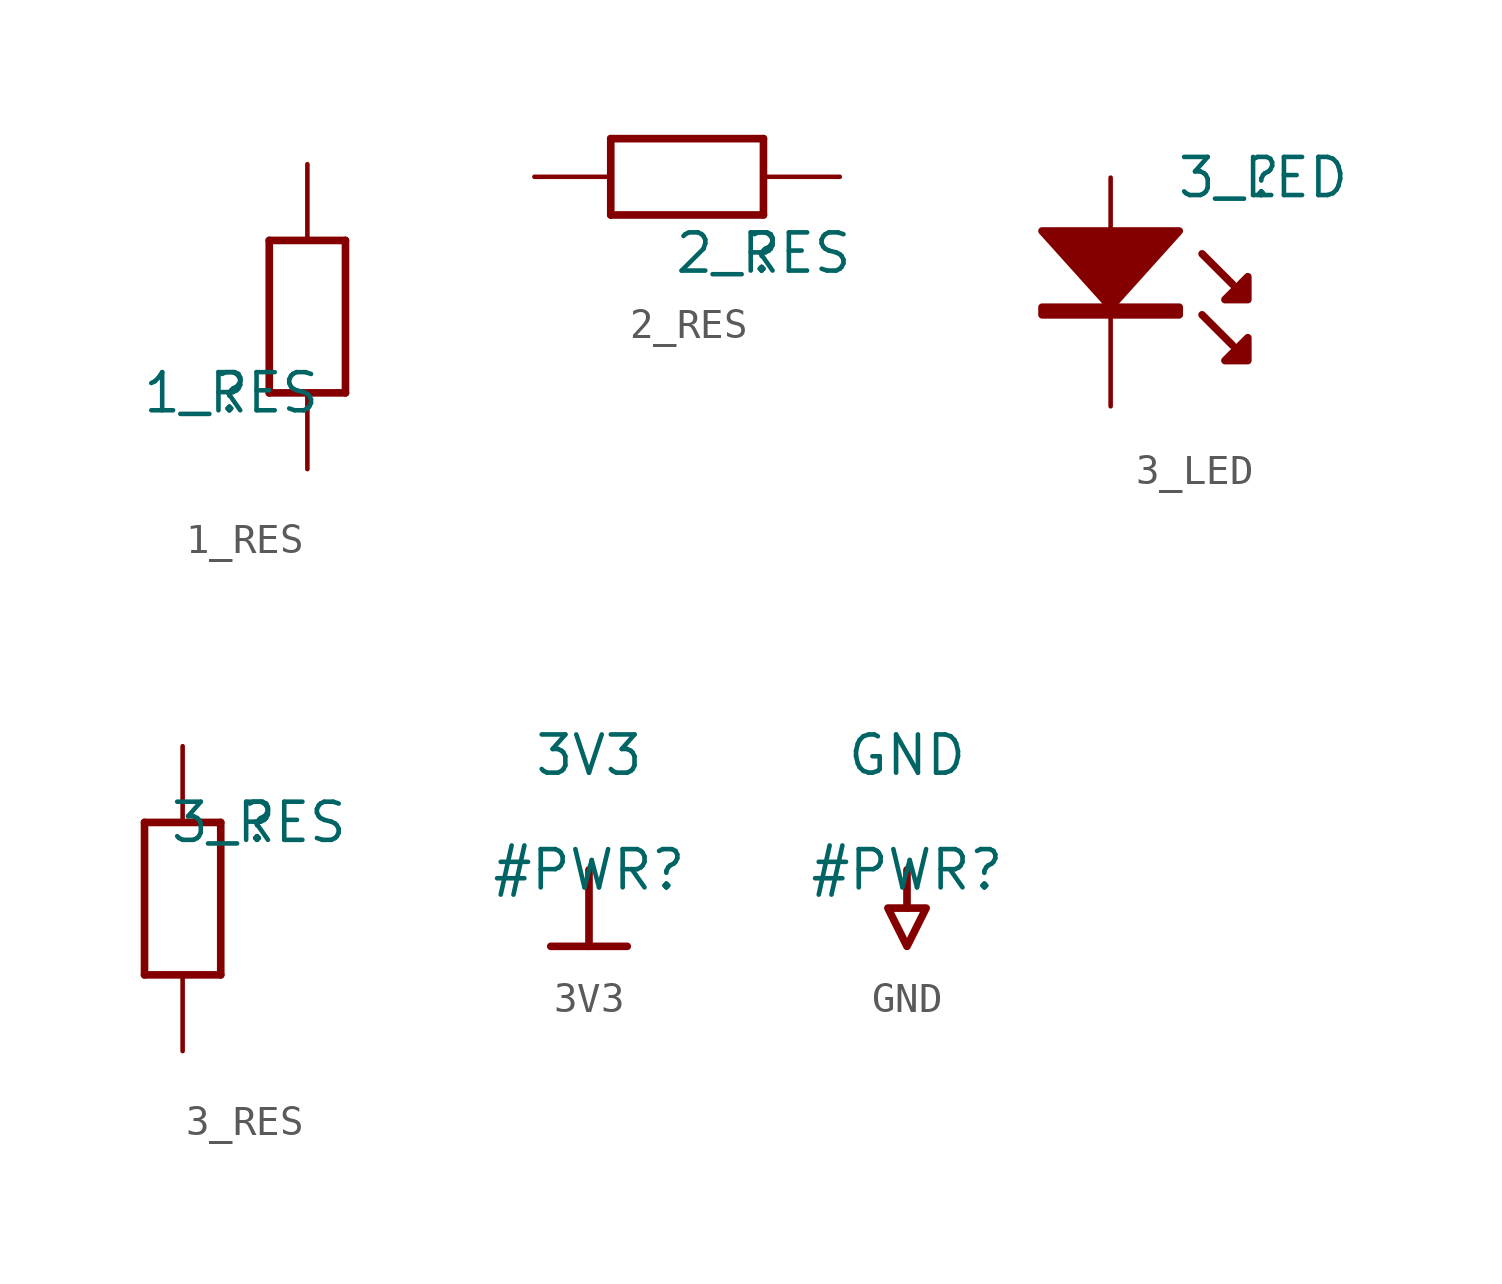
<source format=kicad_sym>
(kicad_symbol_lib
  (version 20211014)
  (generator kicad_symbol_editor)
  (symbol "1_RES"
    (property "Reference" ""
      (at 0 0 0)
      (effects (font (size 1.27 1.27))))
    (property "Value" "1_RES"
      (at 0 0 0)
      (effects (font (size 1.27 1.27))))
    (symbol "1_RES_1_0"
      (polyline (pts (xy 1.27 0) (xy 1.27 5.08)) (stroke (width 0.254) (type default) (color 0 0 0 0)) (fill (type none)))
      (polyline (pts (xy 1.27 0) (xy 3.81 0)) (stroke (width 0.254) (type default) (color 0 0 0 0)) (fill (type none)))
      (polyline (pts (xy 1.27 5.08) (xy 3.81 5.08)) (stroke (width 0.254) (type default) (color 0 0 0 0)) (fill (type none)))
      (polyline (pts (xy 3.81 0) (xy 3.81 5.08)) (stroke (width 0.254) (type default) (color 0 0 0 0)) (fill (type none)))
      (pin passive line (at 2.54 -2.54 90) (length 2.54) (name "1" (effects (font (size 0 0)))) (number "1" (effects (font (size 0 0)))))
      (pin passive line (at 2.54 7.62 270) (length 2.54) (name "2" (effects (font (size 0 0)))) (number "2" (effects (font (size 0 0)))))))
  (symbol "2_RES"
    (property "Reference" ""
      (at 0 0 0)
      (effects (font (size 1.27 1.27))))
    (property "Value" "2_RES"
      (at 0 0 0)
      (effects (font (size 1.27 1.27))))
    (symbol "2_RES_1_0"
      (polyline (pts (xy -5.08 1.27) (xy -5.08 3.81)) (stroke (width 0.254) (type default) (color 0 0 0 0)) (fill (type none)))
      (polyline (pts (xy 0 1.27) (xy -5.08 1.27)) (stroke (width 0.254) (type default) (color 0 0 0 0)) (fill (type none)))
      (polyline (pts (xy 0 1.27) (xy 0 3.81)) (stroke (width 0.254) (type default) (color 0 0 0 0)) (fill (type none)))
      (polyline (pts (xy 0 3.81) (xy -5.08 3.81)) (stroke (width 0.254) (type default) (color 0 0 0 0)) (fill (type none)))
      (pin passive line (at 2.54 2.54 180) (length 2.54) (name "1" (effects (font (size 0 0)))) (number "1" (effects (font (size 0 0)))))
      (pin passive line (at -7.62 2.54 0) (length 2.54) (name "2" (effects (font (size 0 0)))) (number "2" (effects (font (size 0 0)))))))
  (symbol "3_LED"
    (property "Reference" ""
      (at 0 0 0)
      (effects (font (size 1.27 1.27))))
    (property "Value" "3_LED"
      (at 0 0 0)
      (effects (font (size 1.27 1.27))))
    (symbol "3_LED_1_0"
      (polyline (pts (xy -1.016 -5.588) (xy -2.032 -4.572)) (stroke (width 0.254) (type default) (color 0 0 0 0)) (fill (type none)))
      (polyline (pts (xy -1.016 -3.556) (xy -2.032 -2.54)) (stroke (width 0.254) (type default) (color 0 0 0 0)) (fill (type none)))
      (polyline (pts (xy -2.794 -1.778) (xy -5.08 -4.318) (xy -7.366 -1.778) (xy -2.794 -1.778)) (stroke (width 0.254) (type default) (color 0 0 0 0)) (fill (type outline)))
      (polyline (pts (xy -0.508 -5.334) (xy -0.508 -6.096) (xy -1.27 -6.096) (xy -0.508 -5.334)) (stroke (width 0.254) (type default) (color 0 0 0 0)) (fill (type outline)))
      (polyline (pts (xy -0.508 -3.302) (xy -0.508 -4.064) (xy -1.27 -4.064) (xy -0.508 -3.302)) (stroke (width 0.254) (type default) (color 0 0 0 0)) (fill (type outline)))
      (polyline (pts (xy -2.794 -4.318) (xy -2.794 -4.572) (xy -7.366 -4.572) (xy -7.366 -4.318) (xy -2.794 -4.318)) (stroke (width 0.254) (type default) (color 0 0 0 0)) (fill (type outline)))
      (pin passive line (at -5.08 0 270) (length 1.778) (name "A" (effects (font (size 0 0)))) (number "A" (effects (font (size 0 0)))))
      (pin passive line (at -5.08 -7.62 90) (length 3.048) (name "K" (effects (font (size 0 0)))) (number "K" (effects (font (size 0 0)))))))
  (symbol "3_RES"
    (property "Reference" ""
      (at 0 0 0)
      (effects (font (size 1.27 1.27))))
    (property "Value" "3_RES"
      (at 0 0 0)
      (effects (font (size 1.27 1.27))))
    (symbol "3_RES_1_0"
      (polyline (pts (xy -3.81 0) (xy -3.81 -5.08)) (stroke (width 0.254) (type default) (color 0 0 0 0)) (fill (type none)))
      (polyline (pts (xy -1.27 -5.08) (xy -3.81 -5.08)) (stroke (width 0.254) (type default) (color 0 0 0 0)) (fill (type none)))
      (polyline (pts (xy -1.27 0) (xy -3.81 0)) (stroke (width 0.254) (type default) (color 0 0 0 0)) (fill (type none)))
      (polyline (pts (xy -1.27 0) (xy -1.27 -5.08)) (stroke (width 0.254) (type default) (color 0 0 0 0)) (fill (type none)))
      (pin passive line (at -2.54 2.54 270) (length 2.54) (name "1" (effects (font (size 0 0)))) (number "1" (effects (font (size 0 0)))))
      (pin passive line (at -2.54 -7.62 90) (length 2.54) (name "2" (effects (font (size 0 0)))) (number "2" (effects (font (size 0 0)))))))
  (symbol "3V3"
    (power)
    (property "Reference" "#PWR"
      (at 0 0 0)
      (effects (font (size 1.27 1.27))))
    (property "Value" "3V3"
      (at 0 3.81 0)
      (effects (font (size 1.27 1.27))))
    (symbol "3V3_0_0"
      (polyline (pts (xy -1.27 -2.54) (xy 1.27 -2.54)) (stroke (width 0.254) (type default) (color 0 0 0 0)) (fill (type none)))
      (polyline (pts (xy 0 0) (xy 0 -2.54)) (stroke (width 0.254) (type default) (color 0 0 0 0)) (fill (type none)))
      (pin power_in line (at 0 0 0) (length 0) hide (name "3V3" (effects (font (size 1.27 1.27)))) (number "" (effects (font (size 1.27 1.27)))))))
  (symbol "GND"
    (power)
    (property "Reference" "#PWR"
      (at 0 0 0)
      (effects (font (size 1.27 1.27))))
    (property "Value" "GND"
      (at 0 3.81 0)
      (effects (font (size 1.27 1.27))))
    (symbol "GND_0_0"
      (polyline (pts (xy 0 0) (xy 0 -1.27)) (stroke (width 0.254) (type default) (color 0 0 0 0)) (fill (type none)))
      (polyline (pts (xy -0.635 -1.27) (xy 0.635 -1.27) (xy 0 -2.54) (xy -0.635 -1.27)) (stroke (width 0.254) (type default) (color 0 0 0 0)) (fill (type none)))
      (pin power_in line (at 0 0 0) (length 0) hide (name "GND" (effects (font (size 1.27 1.27)))) (number "" (effects (font (size 1.27 1.27))))))))
</source>
